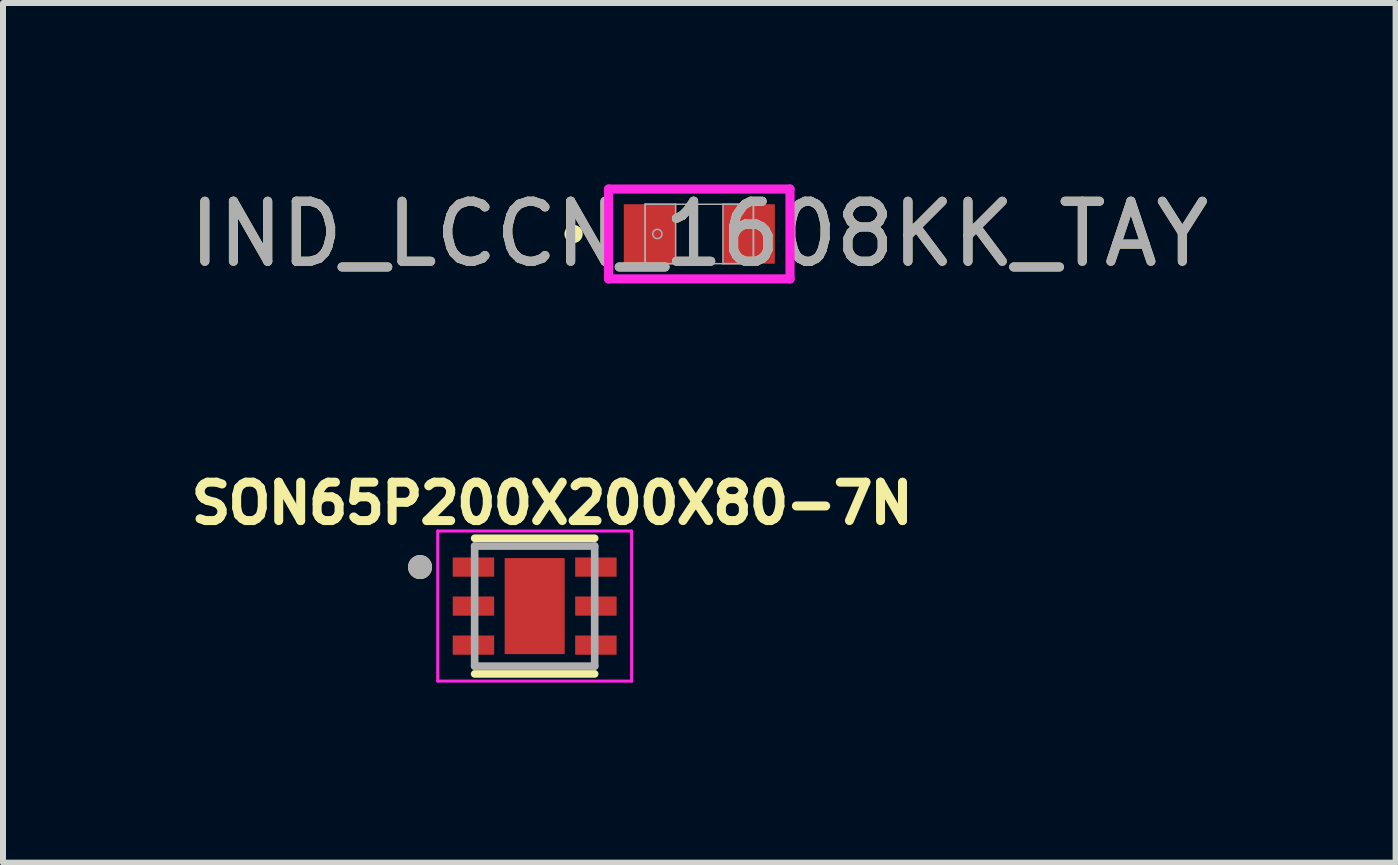
<source format=kicad_pcb>
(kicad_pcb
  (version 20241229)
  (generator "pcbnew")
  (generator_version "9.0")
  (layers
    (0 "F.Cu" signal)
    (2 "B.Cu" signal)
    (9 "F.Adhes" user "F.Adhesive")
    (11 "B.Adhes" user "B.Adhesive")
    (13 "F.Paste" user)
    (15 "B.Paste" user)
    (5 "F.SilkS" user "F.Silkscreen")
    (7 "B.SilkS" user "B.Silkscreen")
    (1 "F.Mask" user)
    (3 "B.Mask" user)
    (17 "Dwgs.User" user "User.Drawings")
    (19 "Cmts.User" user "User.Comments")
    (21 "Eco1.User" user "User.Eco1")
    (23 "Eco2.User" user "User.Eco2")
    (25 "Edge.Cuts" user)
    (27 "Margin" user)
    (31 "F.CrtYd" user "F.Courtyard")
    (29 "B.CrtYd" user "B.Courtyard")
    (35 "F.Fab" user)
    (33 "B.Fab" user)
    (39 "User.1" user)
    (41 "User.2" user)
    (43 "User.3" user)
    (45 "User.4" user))
  (footprint "SON65P200X200X80-7N"
    (layer "F.Cu")
    (at 5.858 7.048)
    (property "Reference" "SON65P200X200X80-7N" (at 0.292 -1.713 0) (layer "F.SilkS") (effects (font (size 0.64 0.64) (thickness 0.15))))
    (attr smd)
    (fp_line (start -1 -1.13) (end 1 -1.13) (stroke (width 0.127) (type solid)) (layer "F.SilkS"))
    (fp_line (start -1 1.13) (end 1 1.13) (stroke (width 0.127) (type solid)) (layer "F.SilkS"))
    (fp_circle (center -1.91 -0.65) (end -1.81 -0.65) (stroke (width 0.2) (type solid)) (fill no) (layer "F.SilkS"))
    (fp_poly (pts (xy -0.316 -0.506) (xy 0.316 -0.506) (xy 0.316 0.506) (xy -0.316 0.506)) (stroke (width 0.01) (type solid)) (fill yes) (layer "F.Paste"))
    (fp_line (start -1.615 -1.25) (end -1.615 1.25) (stroke (width 0.05) (type solid)) (layer "F.CrtYd"))
    (fp_line (start -1.615 -1.25) (end 1.615 -1.25) (stroke (width 0.05) (type solid)) (layer "F.CrtYd"))
    (fp_line (start -1.615 1.25) (end 1.615 1.25) (stroke (width 0.05) (type solid)) (layer "F.CrtYd"))
    (fp_line (start 1.615 -1.25) (end 1.615 1.25) (stroke (width 0.05) (type solid)) (layer "F.CrtYd"))
    (fp_line (start -1 -1) (end -1 1) (stroke (width 0.127) (type solid)) (layer "F.Fab"))
    (fp_line (start -1 -1) (end 1 -1) (stroke (width 0.127) (type solid)) (layer "F.Fab"))
    (fp_line (start -1 1) (end 1 1) (stroke (width 0.127) (type solid)) (layer "F.Fab"))
    (fp_line (start 1 -1) (end 1 1) (stroke (width 0.127) (type solid)) (layer "F.Fab"))
    (fp_circle (center -1.91 -0.65) (end -1.81 -0.65) (stroke (width 0.2) (type solid)) (fill no) (layer "F.Fab"))
    (pad "1" smd rect (at -1.02 -0.65) (size 0.69 0.32) (layers "F.Cu" "F.Mask" "F.Paste"))
    (pad "2" smd rect (at -1.02 0) (size 0.69 0.32) (layers "F.Cu" "F.Mask" "F.Paste"))
    (pad "3" smd rect (at -1.02 0.65) (size 0.69 0.32) (layers "F.Cu" "F.Mask" "F.Paste"))
    (pad "4" smd rect (at 1.02 0.65) (size 0.69 0.32) (layers "F.Cu" "F.Mask" "F.Paste"))
    (pad "5" smd rect (at 1.02 0) (size 0.69 0.32) (layers "F.Cu" "F.Mask" "F.Paste"))
    (pad "6" smd rect (at 1.02 -0.65) (size 0.69 0.32) (layers "F.Cu" "F.Mask" "F.Paste"))
    (pad "7" smd rect (at 0 0) (size 1 1.6) (layers "F.Cu" "F.Mask")))
  (footprint "IND_LCCN_1608KK_TAY"
    (layer "F.Cu")
    (at 8.601 0.848)
    (property "Reference" "IND_LCCN_1608KK_TAY" (at 0 0 0) (unlocked yes) (layer "F.SilkS") (effects (font (size 1 1) (thickness 0.15))))
    (attr smd)
    (fp_circle (center -2.095 0) (end -2.019 0) (stroke (width 0.152) (type solid)) (fill no) (layer "F.SilkS"))
    (fp_line (start -1.511 -0.749) (end 1.511 -0.749) (stroke (width 0.152) (type solid)) (layer "F.CrtYd"))
    (fp_line (start -1.511 0.749) (end -1.511 -0.749) (stroke (width 0.152) (type solid)) (layer "F.CrtYd"))
    (fp_line (start 1.511 -0.749) (end 1.511 0.749) (stroke (width 0.152) (type solid)) (layer "F.CrtYd"))
    (fp_line (start 1.511 0.749) (end -1.511 0.749) (stroke (width 0.152) (type solid)) (layer "F.CrtYd"))
    (fp_line (start -0.902 -0.495) (end -0.902 0.495) (stroke (width 0.025) (type solid)) (layer "F.Fab"))
    (fp_line (start -0.902 -0.495) (end -0.902 0.495) (stroke (width 0.025) (type solid)) (layer "F.Fab"))
    (fp_line (start -0.902 0.495) (end -0.394 0.495) (stroke (width 0.025) (type solid)) (layer "F.Fab"))
    (fp_line (start -0.902 0.495) (end 0.902 0.495) (stroke (width 0.025) (type solid)) (layer "F.Fab"))
    (fp_line (start -0.394 -0.495) (end -0.902 -0.495) (stroke (width 0.025) (type solid)) (layer "F.Fab"))
    (fp_line (start -0.394 0.495) (end -0.394 -0.495) (stroke (width 0.025) (type solid)) (layer "F.Fab"))
    (fp_line (start 0.394 -0.495) (end 0.394 0.495) (stroke (width 0.025) (type solid)) (layer "F.Fab"))
    (fp_line (start 0.394 0.495) (end 0.902 0.495) (stroke (width 0.025) (type solid)) (layer "F.Fab"))
    (fp_line (start 0.902 -0.495) (end -0.902 -0.495) (stroke (width 0.025) (type solid)) (layer "F.Fab"))
    (fp_line (start 0.902 -0.495) (end 0.394 -0.495) (stroke (width 0.025) (type solid)) (layer "F.Fab"))
    (fp_line (start 0.902 0.495) (end 0.902 -0.495) (stroke (width 0.025) (type solid)) (layer "F.Fab"))
    (fp_line (start 0.902 0.495) (end 0.902 -0.495) (stroke (width 0.025) (type solid)) (layer "F.Fab"))
    (fp_circle (center -0.699 0) (end -0.622 0) (stroke (width 0.025) (type solid)) (fill no) (layer "F.Fab"))
    (fp_text user "${REFERENCE}" (at 0 0 0) (unlocked yes) (layer "F.Fab") (effects (font (size 1 1) (thickness 0.15))))
    (pad "1" smd rect (at -0.826 0) (size 0.864 0.991) (layers "F.Cu" "F.Mask" "F.Paste"))
    (pad "2" smd rect (at 0.826 0) (size 0.864 0.991) (layers "F.Cu" "F.Mask" "F.Paste"))
    (zone (net_name "") (layer "F.Cu") (hatch full 0.508) (connect_pads) (min_thickness 0.254) (filled_areas_thickness no) (keepout (tracks not_allowed) (vias not_allowed) (pads allowed) (copperpour not_allowed) (footprints allowed)) (placement (enabled no)) (fill) (polygon (pts (xy 8.258 0.404) (xy 8.944 0.404) (xy 8.944 1.293) (xy 8.258 1.293)))))
  (gr_rect
    (start -3 -3)
    (end 20.202 11.323)
    (stroke (width 0.1) (type default))
    (fill no)
    (layer "Edge.Cuts")))
</source>
